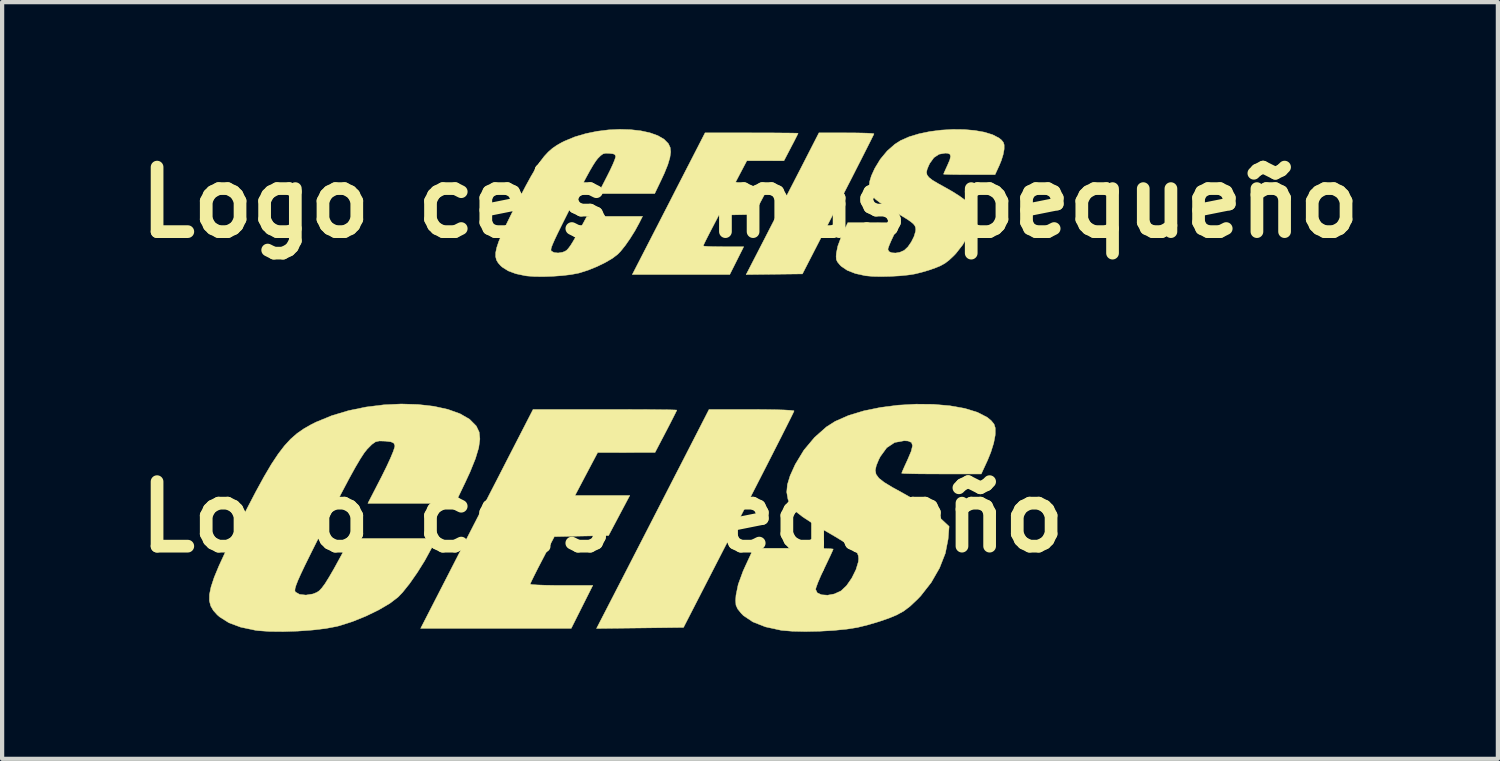
<source format=kicad_pcb>
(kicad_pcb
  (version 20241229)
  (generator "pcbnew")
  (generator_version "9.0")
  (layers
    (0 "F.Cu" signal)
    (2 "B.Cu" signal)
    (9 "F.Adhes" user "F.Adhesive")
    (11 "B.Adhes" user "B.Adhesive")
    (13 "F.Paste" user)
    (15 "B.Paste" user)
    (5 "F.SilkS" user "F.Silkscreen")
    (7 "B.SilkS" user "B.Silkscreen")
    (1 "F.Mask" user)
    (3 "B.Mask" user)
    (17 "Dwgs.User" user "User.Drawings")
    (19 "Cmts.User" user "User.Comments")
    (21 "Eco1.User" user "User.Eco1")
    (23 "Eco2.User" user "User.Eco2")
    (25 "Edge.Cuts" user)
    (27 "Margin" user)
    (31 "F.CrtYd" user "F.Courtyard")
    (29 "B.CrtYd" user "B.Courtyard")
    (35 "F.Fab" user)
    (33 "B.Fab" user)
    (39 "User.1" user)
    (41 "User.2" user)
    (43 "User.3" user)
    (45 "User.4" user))
  (footprint "Logo ceis  mas pequeño"
    (layer "F.Cu")
    (at 14.667 1.732)
    (property "Reference" "Logo ceis  mas pequeño" (at 0 0 0) (layer "F.SilkS") (effects (font (size 1.524 1.524) (thickness 0.3))))
    (attr through_hole)
    (fp_poly (pts (xy 2.468 -1.643) (xy 2.636 -1.64) (xy 2.773 -1.636) (xy 2.872 -1.63) (xy 2.923 -1.624) (xy 2.928 -1.621) (xy 2.915 -1.591) (xy 2.876 -1.513) (xy 2.815 -1.391) (xy 2.733 -1.229) (xy 2.634 -1.033) (xy 2.518 -0.806) (xy 2.39 -0.554) (xy 2.25 -0.282) (xy 2.102 0.007) (xy 2.083 0.045) (xy 1.238 1.688) (xy -0.092 1.704) (xy 0.343 0.86) (xy 0.478 0.596) (xy 0.631 0.299) (xy 0.791 -0.013) (xy 0.95 -0.323) (xy 1.099 -0.612) (xy 1.203 -0.814) (xy 1.628 -1.644) (xy 2.278 -1.644) (xy 2.468 -1.643)) (stroke (width 0.01) (type solid)) (fill yes) (layer "F.SilkS"))
    (fp_poly (pts (xy 0.286 -1.643) (xy 0.516 -1.643) (xy 0.719 -1.641) (xy 0.889 -1.64) (xy 1.02 -1.638) (xy 1.104 -1.636) (xy 1.135 -1.634) (xy 1.136 -1.634) (xy 1.123 -1.605) (xy 1.087 -1.534) (xy 1.035 -1.431) (xy 0.97 -1.308) (xy 0.969 -1.305) (xy 0.802 -0.986) (xy -0.075 -0.985) (xy -0.248 -0.657) (xy -0.42 -0.329) (xy 0.417 -0.329) (xy 0.254 -0.022) (xy 0.092 0.284) (xy -0.322 0.292) (xy -0.736 0.3) (xy -0.921 0.654) (xy -0.989 0.786) (xy -1.046 0.898) (xy -1.086 0.981) (xy -1.105 1.024) (xy -1.106 1.027) (xy -1.077 1.033) (xy -0.999 1.039) (xy -0.882 1.043) (xy -0.734 1.045) (xy -0.627 1.046) (xy -0.149 1.046) (xy -0.314 1.375) (xy -0.479 1.703) (xy -2.781 1.703) (xy -2.324 0.814) (xy -2.189 0.552) (xy -2.04 0.261) (xy -1.885 -0.04) (xy -1.733 -0.338) (xy -1.591 -0.614) (xy -1.468 -0.854) (xy -1.465 -0.859) (xy -1.062 -1.644) (xy 0.037 -1.644) (xy 0.286 -1.643)) (stroke (width 0.01) (type solid)) (fill yes) (layer "F.SilkS"))
    (fp_poly (pts (xy -2.82 -1.719) (xy -2.58 -1.692) (xy -2.364 -1.645) (xy -2.179 -1.579) (xy -2.032 -1.494) (xy -1.93 -1.391) (xy -1.886 -1.298) (xy -1.874 -1.192) (xy -1.893 -1.058) (xy -1.942 -0.892) (xy -2.025 -0.687) (xy -2.098 -0.53) (xy -2.252 -0.209) (xy -3.586 -0.209) (xy -3.376 -0.619) (xy -3.303 -0.765) (xy -3.242 -0.896) (xy -3.198 -1.002) (xy -3.176 -1.071) (xy -3.174 -1.089) (xy -3.19 -1.128) (xy -3.234 -1.149) (xy -3.321 -1.159) (xy -3.328 -1.16) (xy -3.412 -1.162) (xy -3.471 -1.148) (xy -3.526 -1.109) (xy -3.597 -1.038) (xy -3.643 -0.979) (xy -3.703 -0.887) (xy -3.779 -0.758) (xy -3.873 -0.587) (xy -3.987 -0.372) (xy -4.123 -0.109) (xy -4.228 0.096) (xy -4.359 0.357) (xy -4.466 0.571) (xy -4.55 0.741) (xy -4.613 0.874) (xy -4.657 0.974) (xy -4.686 1.045) (xy -4.7 1.095) (xy -4.702 1.126) (xy -4.696 1.146) (xy -4.695 1.147) (xy -4.63 1.183) (xy -4.534 1.194) (xy -4.428 1.177) (xy -4.368 1.153) (xy -4.33 1.128) (xy -4.29 1.085) (xy -4.241 1.019) (xy -4.181 0.923) (xy -4.104 0.789) (xy -4.006 0.611) (xy -3.97 0.545) (xy -3.853 0.329) (xy -2.539 0.329) (xy -2.618 0.486) (xy -2.718 0.669) (xy -2.832 0.851) (xy -2.948 1.018) (xy -3.058 1.155) (xy -3.127 1.226) (xy -3.252 1.321) (xy -3.421 1.42) (xy -3.616 1.515) (xy -3.823 1.599) (xy -4.024 1.663) (xy -4.065 1.673) (xy -4.23 1.704) (xy -4.434 1.728) (xy -4.657 1.744) (xy -4.882 1.752) (xy -5.09 1.75) (xy -5.263 1.737) (xy -5.303 1.732) (xy -5.531 1.684) (xy -5.711 1.617) (xy -5.851 1.529) (xy -5.889 1.496) (xy -5.948 1.43) (xy -5.989 1.361) (xy -6.009 1.281) (xy -6.008 1.186) (xy -5.984 1.069) (xy -5.936 0.924) (xy -5.862 0.746) (xy -5.762 0.529) (xy -5.634 0.268) (xy -5.602 0.204) (xy -5.44 -0.117) (xy -5.298 -0.389) (xy -5.173 -0.617) (xy -5.062 -0.806) (xy -4.959 -0.961) (xy -4.862 -1.088) (xy -4.767 -1.191) (xy -4.669 -1.277) (xy -4.565 -1.349) (xy -4.451 -1.414) (xy -4.378 -1.45) (xy -4.139 -1.549) (xy -3.882 -1.625) (xy -3.615 -1.68) (xy -3.344 -1.714) (xy -3.077 -1.727) (xy -2.82 -1.719)) (stroke (width 0.01) (type solid)) (fill yes) (layer "F.SilkS"))
    (fp_poly (pts (xy 5.058 -1.722) (xy 5.309 -1.7) (xy 5.536 -1.66) (xy 5.73 -1.6) (xy 5.881 -1.522) (xy 5.941 -1.473) (xy 5.984 -1.42) (xy 6.003 -1.361) (xy 6.003 -1.274) (xy 6.001 -1.245) (xy 5.979 -1.13) (xy 5.936 -0.991) (xy 5.888 -0.874) (xy 5.788 -0.657) (xy 5.18 -0.657) (xy 4.997 -0.658) (xy 4.836 -0.659) (xy 4.706 -0.662) (xy 4.615 -0.665) (xy 4.574 -0.668) (xy 4.572 -0.669) (xy 4.584 -0.7) (xy 4.615 -0.77) (xy 4.659 -0.866) (xy 4.665 -0.879) (xy 4.719 -1.005) (xy 4.738 -1.089) (xy 4.723 -1.139) (xy 4.67 -1.162) (xy 4.61 -1.165) (xy 4.465 -1.139) (xy 4.344 -1.059) (xy 4.246 -0.924) (xy 4.222 -0.875) (xy 4.185 -0.786) (xy 4.169 -0.714) (xy 4.181 -0.652) (xy 4.224 -0.593) (xy 4.305 -0.529) (xy 4.429 -0.454) (xy 4.601 -0.359) (xy 4.602 -0.359) (xy 4.784 -0.255) (xy 4.948 -0.151) (xy 5.08 -0.055) (xy 5.137 -0.007) (xy 5.298 0.144) (xy 5.282 0.339) (xy 5.24 0.554) (xy 5.151 0.78) (xy 5.024 1.001) (xy 4.865 1.204) (xy 4.814 1.258) (xy 4.701 1.364) (xy 4.602 1.439) (xy 4.495 1.498) (xy 4.378 1.546) (xy 4.226 1.599) (xy 4.056 1.649) (xy 3.903 1.687) (xy 3.9 1.688) (xy 3.734 1.714) (xy 3.534 1.734) (xy 3.316 1.746) (xy 3.099 1.751) (xy 2.902 1.747) (xy 2.743 1.733) (xy 2.726 1.731) (xy 2.489 1.679) (xy 2.297 1.604) (xy 2.154 1.507) (xy 2.12 1.472) (xy 2.065 1.405) (xy 2.039 1.348) (xy 2.034 1.275) (xy 2.04 1.195) (xy 2.074 1.03) (xy 2.149 0.828) (xy 2.182 0.752) (xy 2.31 0.478) (xy 2.918 0.478) (xy 3.101 0.479) (xy 3.262 0.48) (xy 3.393 0.483) (xy 3.483 0.486) (xy 3.524 0.49) (xy 3.526 0.491) (xy 3.514 0.522) (xy 3.481 0.594) (xy 3.432 0.696) (xy 3.392 0.78) (xy 3.335 0.901) (xy 3.29 1.006) (xy 3.263 1.081) (xy 3.257 1.108) (xy 3.282 1.16) (xy 3.348 1.189) (xy 3.439 1.195) (xy 3.541 1.177) (xy 3.638 1.134) (xy 3.647 1.128) (xy 3.731 1.048) (xy 3.81 0.933) (xy 3.874 0.805) (xy 3.91 0.685) (xy 3.915 0.641) (xy 3.91 0.593) (xy 3.893 0.549) (xy 3.857 0.504) (xy 3.794 0.452) (xy 3.699 0.388) (xy 3.565 0.306) (xy 3.386 0.2) (xy 3.377 0.195) (xy 3.196 0.088) (xy 3.061 -0.000411) (xy 2.965 -0.075) (xy 2.899 -0.144) (xy 2.857 -0.213) (xy 2.834 -0.272) (xy 2.815 -0.38) (xy 2.826 -0.495) (xy 2.867 -0.63) (xy 2.944 -0.799) (xy 2.947 -0.806) (xy 3.078 -1.021) (xy 3.24 -1.216) (xy 3.422 -1.376) (xy 3.555 -1.461) (xy 3.759 -1.551) (xy 3.994 -1.622) (xy 4.25 -1.675) (xy 4.519 -1.709) (xy 4.791 -1.725) (xy 5.058 -1.722)) (stroke (width 0.01) (type solid)) (fill yes) (layer "F.SilkS")))
  (footprint "Logo ceis pequeño"
    (layer "F.Cu")
    (at 11.183 9.162)
    (property "Reference" "Logo ceis pequeño" (at 0 0 0) (layer "F.SilkS") (effects (font (size 1.524 1.524) (thickness 0.3))))
    (attr through_hole)
    (fp_poly (pts (xy 3.814 -2.538) (xy 4.074 -2.534) (xy 4.286 -2.528) (xy 4.438 -2.519) (xy 4.517 -2.51) (xy 4.525 -2.505) (xy 4.504 -2.459) (xy 4.445 -2.338) (xy 4.35 -2.149) (xy 4.224 -1.899) (xy 4.07 -1.596) (xy 3.892 -1.246) (xy 3.693 -0.857) (xy 3.477 -0.435) (xy 3.248 0.012) (xy 3.218 0.069) (xy 1.913 2.609) (xy 0.885 2.622) (xy -0.142 2.634) (xy 0.53 1.329) (xy 0.739 0.922) (xy 0.975 0.463) (xy 1.223 -0.02) (xy 1.469 -0.499) (xy 1.698 -0.946) (xy 1.859 -1.258) (xy 2.516 -2.54) (xy 3.521 -2.54) (xy 3.814 -2.538)) (stroke (width 0.01) (type solid)) (fill yes) (layer "F.SilkS"))
    (fp_poly (pts (xy 0.443 -2.54) (xy 0.798 -2.538) (xy 1.112 -2.537) (xy 1.375 -2.534) (xy 1.576 -2.532) (xy 1.706 -2.528) (xy 1.755 -2.525) (xy 1.755 -2.525) (xy 1.735 -2.48) (xy 1.68 -2.371) (xy 1.599 -2.212) (xy 1.5 -2.021) (xy 1.498 -2.017) (xy 1.24 -1.524) (xy 0.562 -1.523) (xy -0.115 -1.522) (xy -0.383 -1.015) (xy -0.65 -0.508) (xy 0.644 -0.508) (xy 0.393 -0.035) (xy 0.142 0.439) (xy -0.498 0.451) (xy -1.138 0.464) (xy -1.423 1.011) (xy -1.529 1.215) (xy -1.616 1.388) (xy -1.679 1.516) (xy -1.708 1.582) (xy -1.709 1.587) (xy -1.665 1.597) (xy -1.545 1.605) (xy -1.363 1.612) (xy -1.135 1.616) (xy -0.969 1.616) (xy -0.23 1.616) (xy -0.485 2.124) (xy -0.74 2.632) (xy -4.297 2.632) (xy -3.592 1.258) (xy -3.384 0.852) (xy -3.153 0.404) (xy -2.914 -0.062) (xy -2.678 -0.522) (xy -2.458 -0.949) (xy -2.268 -1.32) (xy -2.264 -1.328) (xy -1.641 -2.54) (xy 0.057 -2.54) (xy 0.443 -2.54)) (stroke (width 0.01) (type solid)) (fill yes) (layer "F.SilkS"))
    (fp_poly (pts (xy -4.358 -2.657) (xy -3.987 -2.615) (xy -3.654 -2.542) (xy -3.368 -2.44) (xy -3.141 -2.309) (xy -2.983 -2.15) (xy -2.914 -2.006) (xy -2.897 -1.842) (xy -2.925 -1.636) (xy -3.002 -1.379) (xy -3.13 -1.062) (xy -3.242 -0.82) (xy -3.48 -0.323) (xy -5.543 -0.323) (xy -5.217 -0.956) (xy -5.105 -1.182) (xy -5.011 -1.385) (xy -4.943 -1.549) (xy -4.908 -1.656) (xy -4.905 -1.683) (xy -4.929 -1.743) (xy -4.997 -1.775) (xy -5.132 -1.792) (xy -5.143 -1.792) (xy -5.273 -1.796) (xy -5.364 -1.775) (xy -5.449 -1.714) (xy -5.559 -1.603) (xy -5.63 -1.514) (xy -5.723 -1.371) (xy -5.841 -1.171) (xy -5.986 -0.908) (xy -6.162 -0.575) (xy -6.372 -0.169) (xy -6.534 0.149) (xy -6.737 0.552) (xy -6.902 0.882) (xy -7.032 1.146) (xy -7.129 1.35) (xy -7.198 1.505) (xy -7.241 1.616) (xy -7.263 1.692) (xy -7.267 1.741) (xy -7.257 1.77) (xy -7.255 1.772) (xy -7.156 1.829) (xy -7.007 1.845) (xy -6.844 1.819) (xy -6.75 1.782) (xy -6.692 1.743) (xy -6.63 1.677) (xy -6.555 1.576) (xy -6.462 1.426) (xy -6.342 1.22) (xy -6.191 0.944) (xy -6.136 0.843) (xy -5.954 0.508) (xy -3.924 0.508) (xy -4.046 0.75) (xy -4.201 1.034) (xy -4.377 1.315) (xy -4.557 1.573) (xy -4.726 1.784) (xy -4.832 1.894) (xy -5.026 2.042) (xy -5.287 2.195) (xy -5.589 2.342) (xy -5.908 2.471) (xy -6.219 2.57) (xy -6.283 2.586) (xy -6.538 2.634) (xy -6.852 2.671) (xy -7.197 2.696) (xy -7.544 2.707) (xy -7.866 2.704) (xy -8.134 2.685) (xy -8.196 2.677) (xy -8.549 2.602) (xy -8.826 2.499) (xy -9.043 2.362) (xy -9.101 2.312) (xy -9.193 2.21) (xy -9.255 2.103) (xy -9.287 1.98) (xy -9.285 1.832) (xy -9.248 1.652) (xy -9.174 1.428) (xy -9.06 1.153) (xy -8.905 0.818) (xy -8.707 0.414) (xy -8.658 0.316) (xy -8.407 -0.181) (xy -8.188 -0.601) (xy -7.995 -0.953) (xy -7.823 -1.245) (xy -7.664 -1.485) (xy -7.514 -1.681) (xy -7.367 -1.841) (xy -7.216 -1.973) (xy -7.055 -2.085) (xy -6.879 -2.185) (xy -6.767 -2.241) (xy -6.397 -2.393) (xy -6 -2.512) (xy -5.587 -2.597) (xy -5.169 -2.649) (xy -4.756 -2.669) (xy -4.358 -2.657)) (stroke (width 0.01) (type solid)) (fill yes) (layer "F.SilkS"))
    (fp_poly (pts (xy 7.817 -2.661) (xy 8.205 -2.627) (xy 8.556 -2.565) (xy 8.855 -2.473) (xy 9.088 -2.353) (xy 9.181 -2.276) (xy 9.248 -2.194) (xy 9.277 -2.104) (xy 9.277 -1.968) (xy 9.274 -1.924) (xy 9.24 -1.746) (xy 9.173 -1.531) (xy 9.1 -1.35) (xy 8.946 -1.016) (xy 8.006 -1.016) (xy 7.722 -1.017) (xy 7.473 -1.019) (xy 7.272 -1.023) (xy 7.133 -1.027) (xy 7.068 -1.033) (xy 7.066 -1.034) (xy 7.084 -1.081) (xy 7.132 -1.19) (xy 7.2 -1.338) (xy 7.209 -1.358) (xy 7.292 -1.554) (xy 7.323 -1.684) (xy 7.299 -1.76) (xy 7.217 -1.795) (xy 7.125 -1.801) (xy 6.901 -1.76) (xy 6.714 -1.636) (xy 6.562 -1.428) (xy 6.524 -1.353) (xy 6.467 -1.215) (xy 6.443 -1.103) (xy 6.461 -1.008) (xy 6.528 -0.916) (xy 6.653 -0.818) (xy 6.845 -0.701) (xy 7.111 -0.555) (xy 7.112 -0.554) (xy 7.394 -0.394) (xy 7.648 -0.233) (xy 7.851 -0.085) (xy 7.938 -0.01) (xy 8.187 0.223) (xy 8.163 0.524) (xy 8.098 0.856) (xy 7.961 1.205) (xy 7.764 1.548) (xy 7.519 1.861) (xy 7.44 1.944) (xy 7.265 2.109) (xy 7.113 2.224) (xy 6.947 2.315) (xy 6.766 2.39) (xy 6.531 2.471) (xy 6.268 2.549) (xy 6.032 2.607) (xy 6.027 2.609) (xy 5.771 2.649) (xy 5.461 2.68) (xy 5.124 2.699) (xy 4.789 2.706) (xy 4.485 2.699) (xy 4.239 2.679) (xy 4.213 2.675) (xy 3.847 2.595) (xy 3.55 2.478) (xy 3.329 2.33) (xy 3.276 2.276) (xy 3.192 2.172) (xy 3.152 2.083) (xy 3.144 1.971) (xy 3.153 1.846) (xy 3.205 1.593) (xy 3.32 1.279) (xy 3.373 1.162) (xy 3.569 0.739) (xy 4.509 0.739) (xy 4.793 0.74) (xy 5.042 0.742) (xy 5.243 0.746) (xy 5.383 0.751) (xy 5.447 0.757) (xy 5.449 0.759) (xy 5.43 0.806) (xy 5.379 0.918) (xy 5.304 1.076) (xy 5.242 1.206) (xy 5.154 1.393) (xy 5.085 1.555) (xy 5.043 1.671) (xy 5.034 1.712) (xy 5.073 1.793) (xy 5.175 1.838) (xy 5.316 1.848) (xy 5.473 1.819) (xy 5.622 1.752) (xy 5.637 1.743) (xy 5.766 1.62) (xy 5.889 1.442) (xy 5.987 1.244) (xy 6.043 1.059) (xy 6.05 0.99) (xy 6.043 0.916) (xy 6.017 0.849) (xy 5.96 0.779) (xy 5.864 0.698) (xy 5.717 0.599) (xy 5.51 0.472) (xy 5.232 0.31) (xy 5.219 0.302) (xy 4.939 0.135) (xy 4.731 -0.001) (xy 4.582 -0.117) (xy 4.48 -0.223) (xy 4.415 -0.329) (xy 4.38 -0.421) (xy 4.351 -0.587) (xy 4.367 -0.765) (xy 4.431 -0.974) (xy 4.549 -1.235) (xy 4.554 -1.245) (xy 4.756 -1.578) (xy 5.008 -1.879) (xy 5.288 -2.127) (xy 5.494 -2.258) (xy 5.809 -2.397) (xy 6.172 -2.507) (xy 6.569 -2.588) (xy 6.984 -2.641) (xy 7.405 -2.665) (xy 7.817 -2.661)) (stroke (width 0.01) (type solid)) (fill yes) (layer "F.SilkS")))
  (gr_rect
    (start -3 -3)
    (end 32.333 14.875)
    (stroke (width 0.1) (type default))
    (fill no)
    (layer "Edge.Cuts")))
</source>
